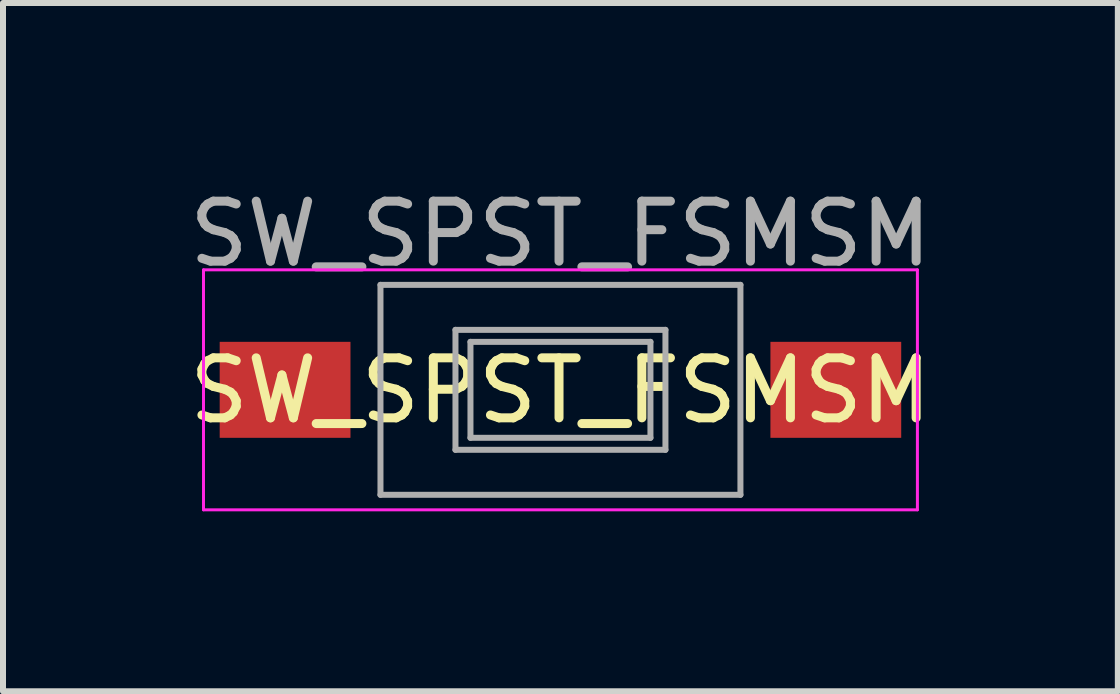
<source format=kicad_pcb>
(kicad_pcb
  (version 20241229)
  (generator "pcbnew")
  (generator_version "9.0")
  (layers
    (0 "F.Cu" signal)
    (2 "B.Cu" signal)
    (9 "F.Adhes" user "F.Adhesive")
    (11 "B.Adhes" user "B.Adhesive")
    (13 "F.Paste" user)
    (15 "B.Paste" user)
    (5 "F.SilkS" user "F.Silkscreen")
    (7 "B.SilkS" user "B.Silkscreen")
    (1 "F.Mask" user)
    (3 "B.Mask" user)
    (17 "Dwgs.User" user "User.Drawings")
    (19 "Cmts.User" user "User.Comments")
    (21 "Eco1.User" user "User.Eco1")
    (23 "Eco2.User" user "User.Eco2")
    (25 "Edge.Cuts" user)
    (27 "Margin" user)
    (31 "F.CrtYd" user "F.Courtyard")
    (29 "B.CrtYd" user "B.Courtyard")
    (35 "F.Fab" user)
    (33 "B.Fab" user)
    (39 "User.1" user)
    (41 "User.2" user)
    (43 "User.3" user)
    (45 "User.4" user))
  (footprint "SW_SPST_FSMSM"
    (layer "F.Cu")
    (at 6.292 3.448)
    (property "Reference" "SW_SPST_FSMSM" (at 0 0.012 0) (layer "F.SilkS") (effects (font (size 1 1) (thickness 0.15))))
    (attr smd)
    (fp_line (start -5.95 -2) (end -5.95 2) (stroke (width 0.05) (type solid)) (layer "F.CrtYd"))
    (fp_line (start -5.95 -2) (end 5.95 -2) (stroke (width 0.05) (type solid)) (layer "F.CrtYd"))
    (fp_line (start -5.95 2) (end 5.95 2) (stroke (width 0.05) (type solid)) (layer "F.CrtYd"))
    (fp_line (start 5.95 -2) (end 5.95 2) (stroke (width 0.05) (type solid)) (layer "F.CrtYd"))
    (fp_line (start -3 -1.75) (end -3 1.75) (stroke (width 0.1) (type solid)) (layer "F.Fab"))
    (fp_line (start -3 -1.75) (end 3 -1.75) (stroke (width 0.1) (type solid)) (layer "F.Fab"))
    (fp_line (start -3 1.75) (end 3 1.75) (stroke (width 0.1) (type solid)) (layer "F.Fab"))
    (fp_line (start -1.75 -1) (end 1.75 -1) (stroke (width 0.1) (type solid)) (layer "F.Fab"))
    (fp_line (start -1.75 1) (end -1.75 -1) (stroke (width 0.1) (type solid)) (layer "F.Fab"))
    (fp_line (start -1.5 -0.8) (end -1.5 0.8) (stroke (width 0.1) (type solid)) (layer "F.Fab"))
    (fp_line (start -1.5 -0.8) (end 1.5 -0.8) (stroke (width 0.1) (type solid)) (layer "F.Fab"))
    (fp_line (start -1.5 0.8) (end 1.5 0.8) (stroke (width 0.1) (type solid)) (layer "F.Fab"))
    (fp_line (start 1.5 -0.8) (end 1.5 0.8) (stroke (width 0.1) (type solid)) (layer "F.Fab"))
    (fp_line (start 1.75 -1) (end 1.75 1) (stroke (width 0.1) (type solid)) (layer "F.Fab"))
    (fp_line (start 1.75 1) (end -1.75 1) (stroke (width 0.1) (type solid)) (layer "F.Fab"))
    (fp_line (start 3 -1.75) (end 3 1.75) (stroke (width 0.1) (type solid)) (layer "F.Fab"))
    (fp_text user "${REFERENCE}" (at 0 -2.6 0) (layer "F.Fab") (effects (font (size 1 1) (thickness 0.15))))
    (pad "1" smd rect (at -4.59 0) (size 2.18 1.6) (layers "F.Cu" "F.Mask" "F.Paste"))
    (pad "2" smd rect (at 4.59 0) (size 2.18 1.6) (layers "F.Cu" "F.Mask" "F.Paste")))
  (gr_rect
    (start -3 -3)
    (end 15.583 8.473)
    (stroke (width 0.1) (type default))
    (fill no)
    (layer "Edge.Cuts")))
</source>
